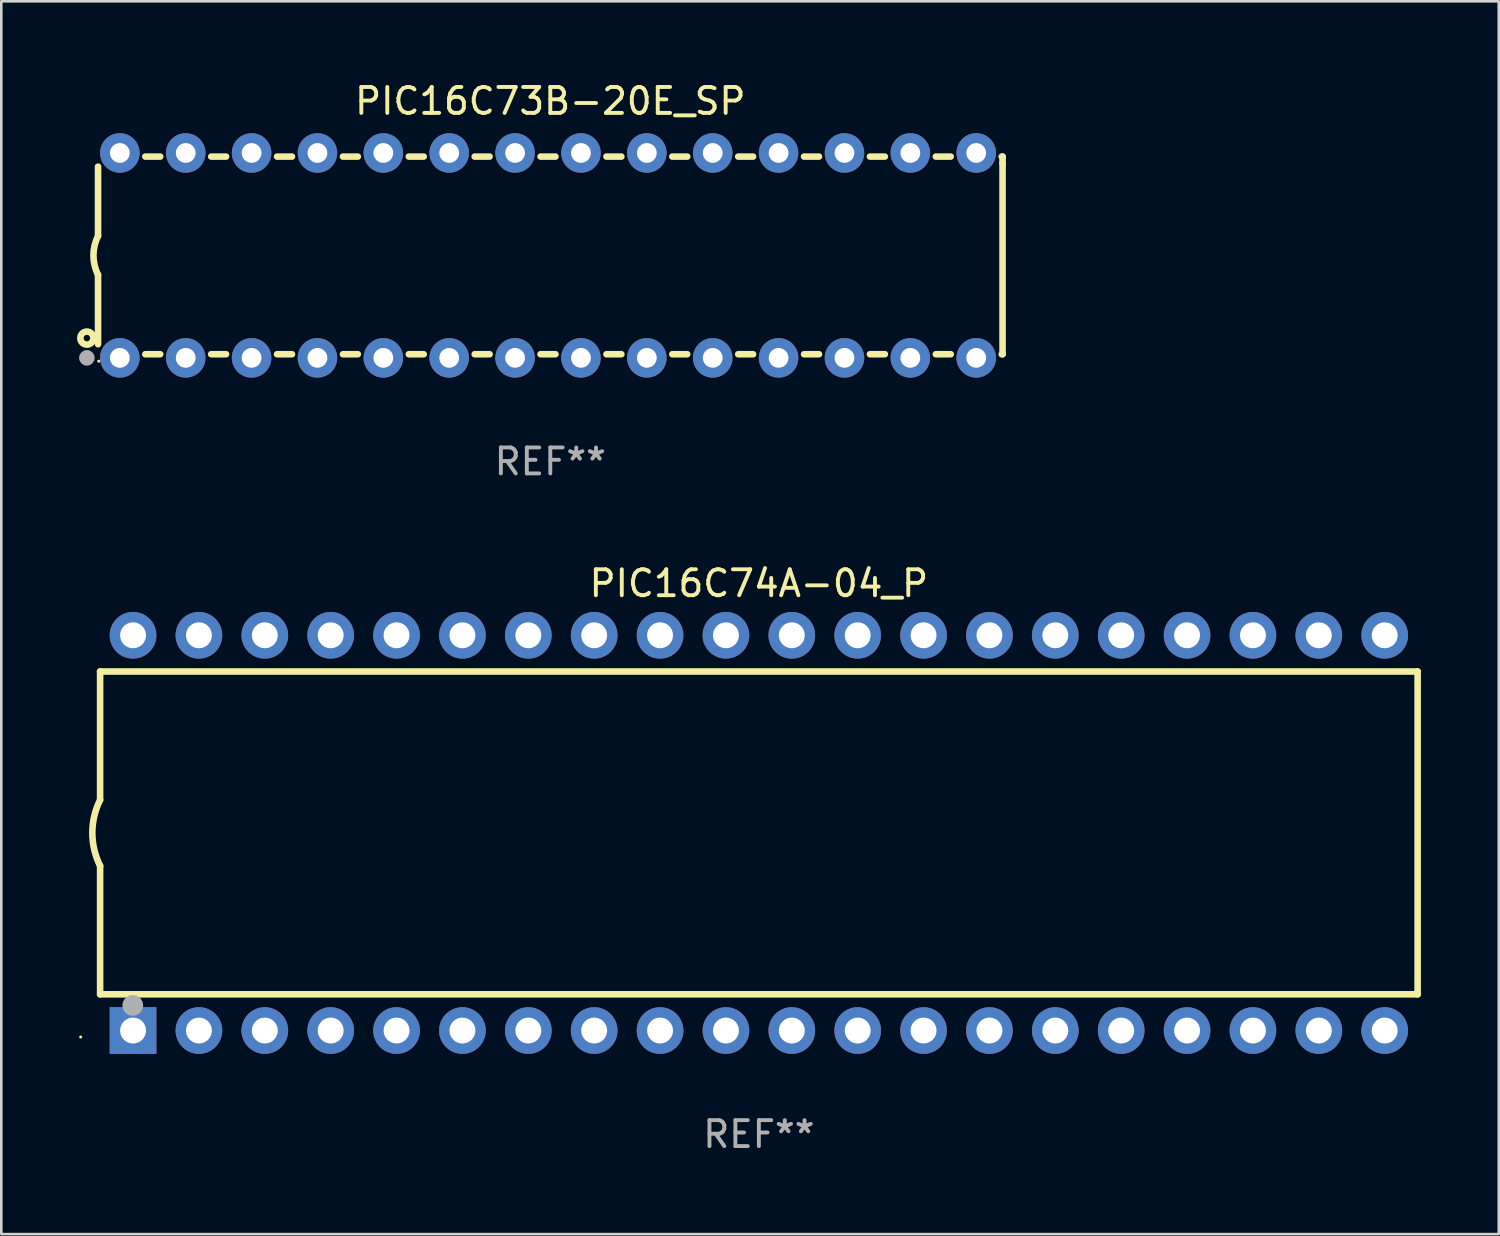
<source format=kicad_pcb>
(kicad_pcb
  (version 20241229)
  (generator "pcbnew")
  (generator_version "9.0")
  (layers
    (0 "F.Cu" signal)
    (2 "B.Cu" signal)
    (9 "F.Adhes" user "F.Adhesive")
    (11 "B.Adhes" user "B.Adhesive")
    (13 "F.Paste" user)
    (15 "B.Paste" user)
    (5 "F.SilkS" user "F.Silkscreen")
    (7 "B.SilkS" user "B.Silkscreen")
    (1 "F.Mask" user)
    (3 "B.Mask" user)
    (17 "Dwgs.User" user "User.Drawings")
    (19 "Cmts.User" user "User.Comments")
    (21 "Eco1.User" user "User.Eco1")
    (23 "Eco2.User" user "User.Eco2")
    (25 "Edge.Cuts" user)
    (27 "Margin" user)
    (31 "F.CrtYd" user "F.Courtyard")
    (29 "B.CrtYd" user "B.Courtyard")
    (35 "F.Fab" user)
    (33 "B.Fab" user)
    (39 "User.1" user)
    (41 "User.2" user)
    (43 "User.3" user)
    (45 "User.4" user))
  (footprint "PIC16C73B-20E_SP"
    (layer "F.Cu")
    (at 18.168 6.798)
    (property "Reference" "PIC16C73B-20E_SP" (at 0 -5.95 0) (layer "F.SilkS") (effects (font (size 1 1) (thickness 0.15))))
    (attr through_hole)
    (fp_line (start -17.438 0.75) (end -17.438 3.423) (stroke (width 0.254) (type solid)) (layer "F.SilkS"))
    (fp_line (start -17.438 -3.423) (end -17.438 -0.75) (stroke (width 0.254) (type solid)) (layer "F.SilkS"))
    (fp_line (start -15.615 3.81) (end -15.041 3.81) (stroke (width 0.254) (type solid)) (layer "F.SilkS"))
    (fp_line (start -15.041 -3.81) (end -15.614 -3.81) (stroke (width 0.254) (type solid)) (layer "F.SilkS"))
    (fp_line (start -13.075 3.81) (end -12.501 3.81) (stroke (width 0.254) (type solid)) (layer "F.SilkS"))
    (fp_line (start -12.501 -3.81) (end -13.074 -3.81) (stroke (width 0.254) (type solid)) (layer "F.SilkS"))
    (fp_line (start -10.535 3.81) (end -9.961 3.81) (stroke (width 0.254) (type solid)) (layer "F.SilkS"))
    (fp_line (start -9.961 -3.81) (end -10.534 -3.81) (stroke (width 0.254) (type solid)) (layer "F.SilkS"))
    (fp_line (start -7.995 3.81) (end -7.421 3.81) (stroke (width 0.254) (type solid)) (layer "F.SilkS"))
    (fp_line (start -7.421 -3.81) (end -7.995 -3.81) (stroke (width 0.254) (type solid)) (layer "F.SilkS"))
    (fp_line (start -5.455 3.81) (end -4.881 3.81) (stroke (width 0.254) (type solid)) (layer "F.SilkS"))
    (fp_line (start -4.881 -3.81) (end -5.455 -3.81) (stroke (width 0.254) (type solid)) (layer "F.SilkS"))
    (fp_line (start -2.915 3.81) (end -2.341 3.81) (stroke (width 0.254) (type solid)) (layer "F.SilkS"))
    (fp_line (start -2.341 -3.81) (end -2.915 -3.81) (stroke (width 0.254) (type solid)) (layer "F.SilkS"))
    (fp_line (start -0.375 3.81) (end 0.199 3.81) (stroke (width 0.254) (type solid)) (layer "F.SilkS"))
    (fp_line (start 0.199 -3.81) (end -0.375 -3.81) (stroke (width 0.254) (type solid)) (layer "F.SilkS"))
    (fp_line (start 2.165 3.81) (end 2.739 3.81) (stroke (width 0.254) (type solid)) (layer "F.SilkS"))
    (fp_line (start 2.739 -3.81) (end 2.165 -3.81) (stroke (width 0.254) (type solid)) (layer "F.SilkS"))
    (fp_line (start 4.705 3.81) (end 5.279 3.81) (stroke (width 0.254) (type solid)) (layer "F.SilkS"))
    (fp_line (start 5.279 -3.81) (end 4.705 -3.81) (stroke (width 0.254) (type solid)) (layer "F.SilkS"))
    (fp_line (start 7.245 3.81) (end 7.819 3.81) (stroke (width 0.254) (type solid)) (layer "F.SilkS"))
    (fp_line (start 7.819 -3.81) (end 7.245 -3.81) (stroke (width 0.254) (type solid)) (layer "F.SilkS"))
    (fp_line (start 9.785 3.81) (end 10.359 3.81) (stroke (width 0.254) (type solid)) (layer "F.SilkS"))
    (fp_line (start 10.359 -3.81) (end 9.785 -3.81) (stroke (width 0.254) (type solid)) (layer "F.SilkS"))
    (fp_line (start 12.325 3.81) (end 12.899 3.81) (stroke (width 0.254) (type solid)) (layer "F.SilkS"))
    (fp_line (start 12.899 -3.81) (end 12.325 -3.81) (stroke (width 0.254) (type solid)) (layer "F.SilkS"))
    (fp_line (start 14.865 3.81) (end 15.439 3.81) (stroke (width 0.254) (type solid)) (layer "F.SilkS"))
    (fp_line (start 15.439 -3.81) (end 14.865 -3.81) (stroke (width 0.254) (type solid)) (layer "F.SilkS"))
    (fp_line (start 17.405 3.81) (end 17.438 3.81) (stroke (width 0.254) (type solid)) (layer "F.SilkS"))
    (fp_line (start 17.438 -3.81) (end 17.405 -3.81) (stroke (width 0.254) (type solid)) (layer "F.SilkS"))
    (fp_line (start 17.438 -3.556) (end 17.438 -3.81) (stroke (width 0.254) (type solid)) (layer "F.SilkS"))
    (fp_line (start 17.438 3.81) (end 17.438 -3.556) (stroke (width 0.254) (type solid)) (layer "F.SilkS"))
    (fp_arc (start -17.437986 0.749657) (mid -17.614887 -0.000024) (end -17.437783 -0.749657) (stroke (width 0.254001) (type solid)) (layer "F.SilkS"))
    (fp_circle (center -17.868 3.188) (end -17.743 3.188) (stroke (width 0.254) (type solid)) (fill no) (layer "F.SilkS"))
    (fp_circle (center -17.411 4.077) (end -17.381 4.077) (stroke (width 0.06) (type solid)) (fill no) (layer "F.SilkS"))
    (fp_circle (center -17.868 3.95) (end -17.718 3.95) (stroke (width 0.3) (type solid)) (fill no) (layer "F.Fab"))
    (fp_text user "REF**" (at 0 7.95 0) (layer "F.Fab") (effects (font (size 1 1) (thickness 0.15))))
    (pad "1" thru_hole circle (at -16.598 3.95) (size 1.524 1.524) (drill 0.762) (layers "*.Cu" "*.Mask"))
    (pad "2" thru_hole circle (at -14.058 3.95) (size 1.524 1.524) (drill 0.762) (layers "*.Cu" "*.Mask"))
    (pad "3" thru_hole circle (at -11.518 3.95) (size 1.524 1.524) (drill 0.762) (layers "*.Cu" "*.Mask"))
    (pad "4" thru_hole circle (at -8.978 3.95) (size 1.524 1.524) (drill 0.762) (layers "*.Cu" "*.Mask"))
    (pad "5" thru_hole circle (at -6.438 3.95) (size 1.524 1.524) (drill 0.762) (layers "*.Cu" "*.Mask"))
    (pad "6" thru_hole circle (at -3.898 3.95) (size 1.524 1.524) (drill 0.762) (layers "*.Cu" "*.Mask"))
    (pad "7" thru_hole circle (at -1.358 3.95) (size 1.524 1.524) (drill 0.762) (layers "*.Cu" "*.Mask"))
    (pad "8" thru_hole circle (at 1.182 3.95) (size 1.524 1.524) (drill 0.762) (layers "*.Cu" "*.Mask"))
    (pad "9" thru_hole circle (at 3.722 3.95) (size 1.524 1.524) (drill 0.762) (layers "*.Cu" "*.Mask"))
    (pad "10" thru_hole circle (at 6.262 3.95) (size 1.524 1.524) (drill 0.762) (layers "*.Cu" "*.Mask"))
    (pad "11" thru_hole circle (at 8.802 3.95) (size 1.524 1.524) (drill 0.762) (layers "*.Cu" "*.Mask"))
    (pad "12" thru_hole circle (at 11.342 3.95) (size 1.524 1.524) (drill 0.762) (layers "*.Cu" "*.Mask"))
    (pad "13" thru_hole circle (at 13.882 3.95) (size 1.524 1.524) (drill 0.762) (layers "*.Cu" "*.Mask"))
    (pad "14" thru_hole circle (at 16.422 3.95) (size 1.524 1.524) (drill 0.762) (layers "*.Cu" "*.Mask"))
    (pad "15" thru_hole circle (at 16.422 -3.95) (size 1.524 1.524) (drill 0.762) (layers "*.Cu" "*.Mask"))
    (pad "16" thru_hole circle (at 13.882 -3.95) (size 1.524 1.524) (drill 0.762) (layers "*.Cu" "*.Mask"))
    (pad "17" thru_hole circle (at 11.342 -3.95) (size 1.524 1.524) (drill 0.762) (layers "*.Cu" "*.Mask"))
    (pad "18" thru_hole circle (at 8.802 -3.95) (size 1.524 1.524) (drill 0.762) (layers "*.Cu" "*.Mask"))
    (pad "19" thru_hole circle (at 6.262 -3.95) (size 1.524 1.524) (drill 0.762) (layers "*.Cu" "*.Mask"))
    (pad "20" thru_hole circle (at 3.722 -3.95) (size 1.524 1.524) (drill 0.762) (layers "*.Cu" "*.Mask"))
    (pad "21" thru_hole circle (at 1.182 -3.95) (size 1.524 1.524) (drill 0.762) (layers "*.Cu" "*.Mask"))
    (pad "22" thru_hole circle (at -1.358 -3.95) (size 1.524 1.524) (drill 0.762) (layers "*.Cu" "*.Mask"))
    (pad "23" thru_hole circle (at -3.898 -3.95) (size 1.524 1.524) (drill 0.762) (layers "*.Cu" "*.Mask"))
    (pad "24" thru_hole circle (at -6.438 -3.95) (size 1.524 1.524) (drill 0.762) (layers "*.Cu" "*.Mask"))
    (pad "25" thru_hole circle (at -8.978 -3.95) (size 1.524 1.524) (drill 0.762) (layers "*.Cu" "*.Mask"))
    (pad "26" thru_hole circle (at -11.517 -3.95) (size 1.524 1.524) (drill 0.762) (layers "*.Cu" "*.Mask"))
    (pad "27" thru_hole circle (at -14.057 -3.95) (size 1.524 1.524) (drill 0.762) (layers "*.Cu" "*.Mask"))
    (pad "28" thru_hole circle (at -16.597 -3.95) (size 1.524 1.524) (drill 0.762) (layers "*.Cu" "*.Mask")))
  (footprint "PIC16C74A-04_P"
    (layer "F.Cu")
    (at 26.21 29.065)
    (property "Reference" "PIC16C74A-04_P" (at 0 -9.62 0) (layer "F.SilkS") (effects (font (size 1 1) (thickness 0.15))))
    (attr through_hole)
    (fp_line (start -25.4 -6.224) (end -25.4 -1.271) (stroke (width 0.254) (type solid)) (layer "F.SilkS"))
    (fp_line (start -25.4 -6.224) (end 25.4 -6.224) (stroke (width 0.254) (type solid)) (layer "F.SilkS"))
    (fp_line (start -25.4 1.269) (end -25.4 6.222) (stroke (width 0.254) (type solid)) (layer "F.SilkS"))
    (fp_line (start -25.4 6.222) (end 25.4 6.222) (stroke (width 0.254) (type solid)) (layer "F.SilkS"))
    (fp_line (start 25.4 6.222) (end 25.4 -6.224) (stroke (width 0.254) (type solid)) (layer "F.SilkS"))
    (fp_arc (start -25.4 1.269241) (mid -25.699807 -0.000762) (end -25.4 -1.270765) (stroke (width 0.254001) (type solid)) (layer "F.SilkS"))
    (fp_circle (center -26.15 7.87) (end -26.12 7.87) (stroke (width 0.06) (type solid)) (fill no) (layer "F.SilkS"))
    (fp_circle (center -24.14 6.65) (end -23.94 6.65) (stroke (width 0.4) (type solid)) (fill no) (layer "F.Fab"))
    (fp_text user "REF**" (at 0 11.62 0) (layer "F.Fab") (effects (font (size 1 1) (thickness 0.15))))
    (pad "1" thru_hole rect (at -24.13 7.62 90) (size 1.8 1.8) (drill 1) (layers "*.Cu" "*.Mask"))
    (pad "2" thru_hole circle (at -21.59 7.62) (size 1.8 1.8) (drill 1) (layers "*.Cu" "*.Mask"))
    (pad "3" thru_hole circle (at -19.05 7.62) (size 1.8 1.8) (drill 1) (layers "*.Cu" "*.Mask"))
    (pad "4" thru_hole circle (at -16.51 7.62) (size 1.8 1.8) (drill 1) (layers "*.Cu" "*.Mask"))
    (pad "5" thru_hole circle (at -13.97 7.62) (size 1.8 1.8) (drill 1) (layers "*.Cu" "*.Mask"))
    (pad "6" thru_hole circle (at -11.43 7.62) (size 1.8 1.8) (drill 1) (layers "*.Cu" "*.Mask"))
    (pad "7" thru_hole circle (at -8.89 7.62) (size 1.8 1.8) (drill 1) (layers "*.Cu" "*.Mask"))
    (pad "8" thru_hole circle (at -6.35 7.62) (size 1.8 1.8) (drill 1) (layers "*.Cu" "*.Mask"))
    (pad "9" thru_hole circle (at -3.81 7.62) (size 1.8 1.8) (drill 1) (layers "*.Cu" "*.Mask"))
    (pad "10" thru_hole circle (at -1.27 7.62) (size 1.8 1.8) (drill 1) (layers "*.Cu" "*.Mask"))
    (pad "11" thru_hole circle (at 1.27 7.62) (size 1.8 1.8) (drill 1) (layers "*.Cu" "*.Mask"))
    (pad "12" thru_hole circle (at 3.81 7.62) (size 1.8 1.8) (drill 1) (layers "*.Cu" "*.Mask"))
    (pad "13" thru_hole circle (at 6.35 7.62) (size 1.8 1.8) (drill 1) (layers "*.Cu" "*.Mask"))
    (pad "14" thru_hole circle (at 8.89 7.62) (size 1.8 1.8) (drill 1) (layers "*.Cu" "*.Mask"))
    (pad "15" thru_hole circle (at 11.43 7.62) (size 1.8 1.8) (drill 1) (layers "*.Cu" "*.Mask"))
    (pad "16" thru_hole circle (at 13.97 7.62) (size 1.8 1.8) (drill 1) (layers "*.Cu" "*.Mask"))
    (pad "17" thru_hole circle (at 16.51 7.62) (size 1.8 1.8) (drill 1) (layers "*.Cu" "*.Mask"))
    (pad "18" thru_hole circle (at 19.05 7.62) (size 1.8 1.8) (drill 1) (layers "*.Cu" "*.Mask"))
    (pad "19" thru_hole circle (at 21.59 7.62) (size 1.8 1.8) (drill 1) (layers "*.Cu" "*.Mask"))
    (pad "20" thru_hole circle (at 24.13 7.62) (size 1.8 1.8) (drill 1) (layers "*.Cu" "*.Mask"))
    (pad "21" thru_hole circle (at 24.13 -7.62) (size 1.8 1.8) (drill 1) (layers "*.Cu" "*.Mask"))
    (pad "22" thru_hole circle (at 21.59 -7.62) (size 1.8 1.8) (drill 1) (layers "*.Cu" "*.Mask"))
    (pad "23" thru_hole circle (at 19.05 -7.62) (size 1.8 1.8) (drill 1) (layers "*.Cu" "*.Mask"))
    (pad "24" thru_hole circle (at 16.51 -7.62) (size 1.8 1.8) (drill 1) (layers "*.Cu" "*.Mask"))
    (pad "25" thru_hole circle (at 13.97 -7.62) (size 1.8 1.8) (drill 1) (layers "*.Cu" "*.Mask"))
    (pad "26" thru_hole circle (at 11.43 -7.62) (size 1.8 1.8) (drill 1) (layers "*.Cu" "*.Mask"))
    (pad "27" thru_hole circle (at 8.89 -7.62) (size 1.8 1.8) (drill 1) (layers "*.Cu" "*.Mask"))
    (pad "28" thru_hole circle (at 6.35 -7.62) (size 1.8 1.8) (drill 1) (layers "*.Cu" "*.Mask"))
    (pad "29" thru_hole circle (at 3.81 -7.62) (size 1.8 1.8) (drill 1) (layers "*.Cu" "*.Mask"))
    (pad "30" thru_hole circle (at 1.27 -7.62) (size 1.8 1.8) (drill 1) (layers "*.Cu" "*.Mask"))
    (pad "31" thru_hole circle (at -1.27 -7.62) (size 1.8 1.8) (drill 1) (layers "*.Cu" "*.Mask"))
    (pad "32" thru_hole circle (at -3.81 -7.62) (size 1.8 1.8) (drill 1) (layers "*.Cu" "*.Mask"))
    (pad "33" thru_hole circle (at -6.35 -7.62) (size 1.8 1.8) (drill 1) (layers "*.Cu" "*.Mask"))
    (pad "34" thru_hole circle (at -8.89 -7.62) (size 1.8 1.8) (drill 1) (layers "*.Cu" "*.Mask"))
    (pad "35" thru_hole circle (at -11.43 -7.62) (size 1.8 1.8) (drill 1) (layers "*.Cu" "*.Mask"))
    (pad "36" thru_hole circle (at -13.97 -7.62) (size 1.8 1.8) (drill 1) (layers "*.Cu" "*.Mask"))
    (pad "37" thru_hole circle (at -16.51 -7.62) (size 1.8 1.8) (drill 1) (layers "*.Cu" "*.Mask"))
    (pad "38" thru_hole circle (at -19.05 -7.62) (size 1.8 1.8) (drill 1) (layers "*.Cu" "*.Mask"))
    (pad "39" thru_hole circle (at -21.59 -7.62) (size 1.8 1.8) (drill 1) (layers "*.Cu" "*.Mask"))
    (pad "40" thru_hole circle (at -24.13 -7.62) (size 1.8 1.8) (drill 1) (layers "*.Cu" "*.Mask")))
  (gr_rect
    (start -3 -3)
    (end 54.737 44.533)
    (stroke (width 0.1) (type default))
    (fill no)
    (layer "Edge.Cuts")))
</source>
